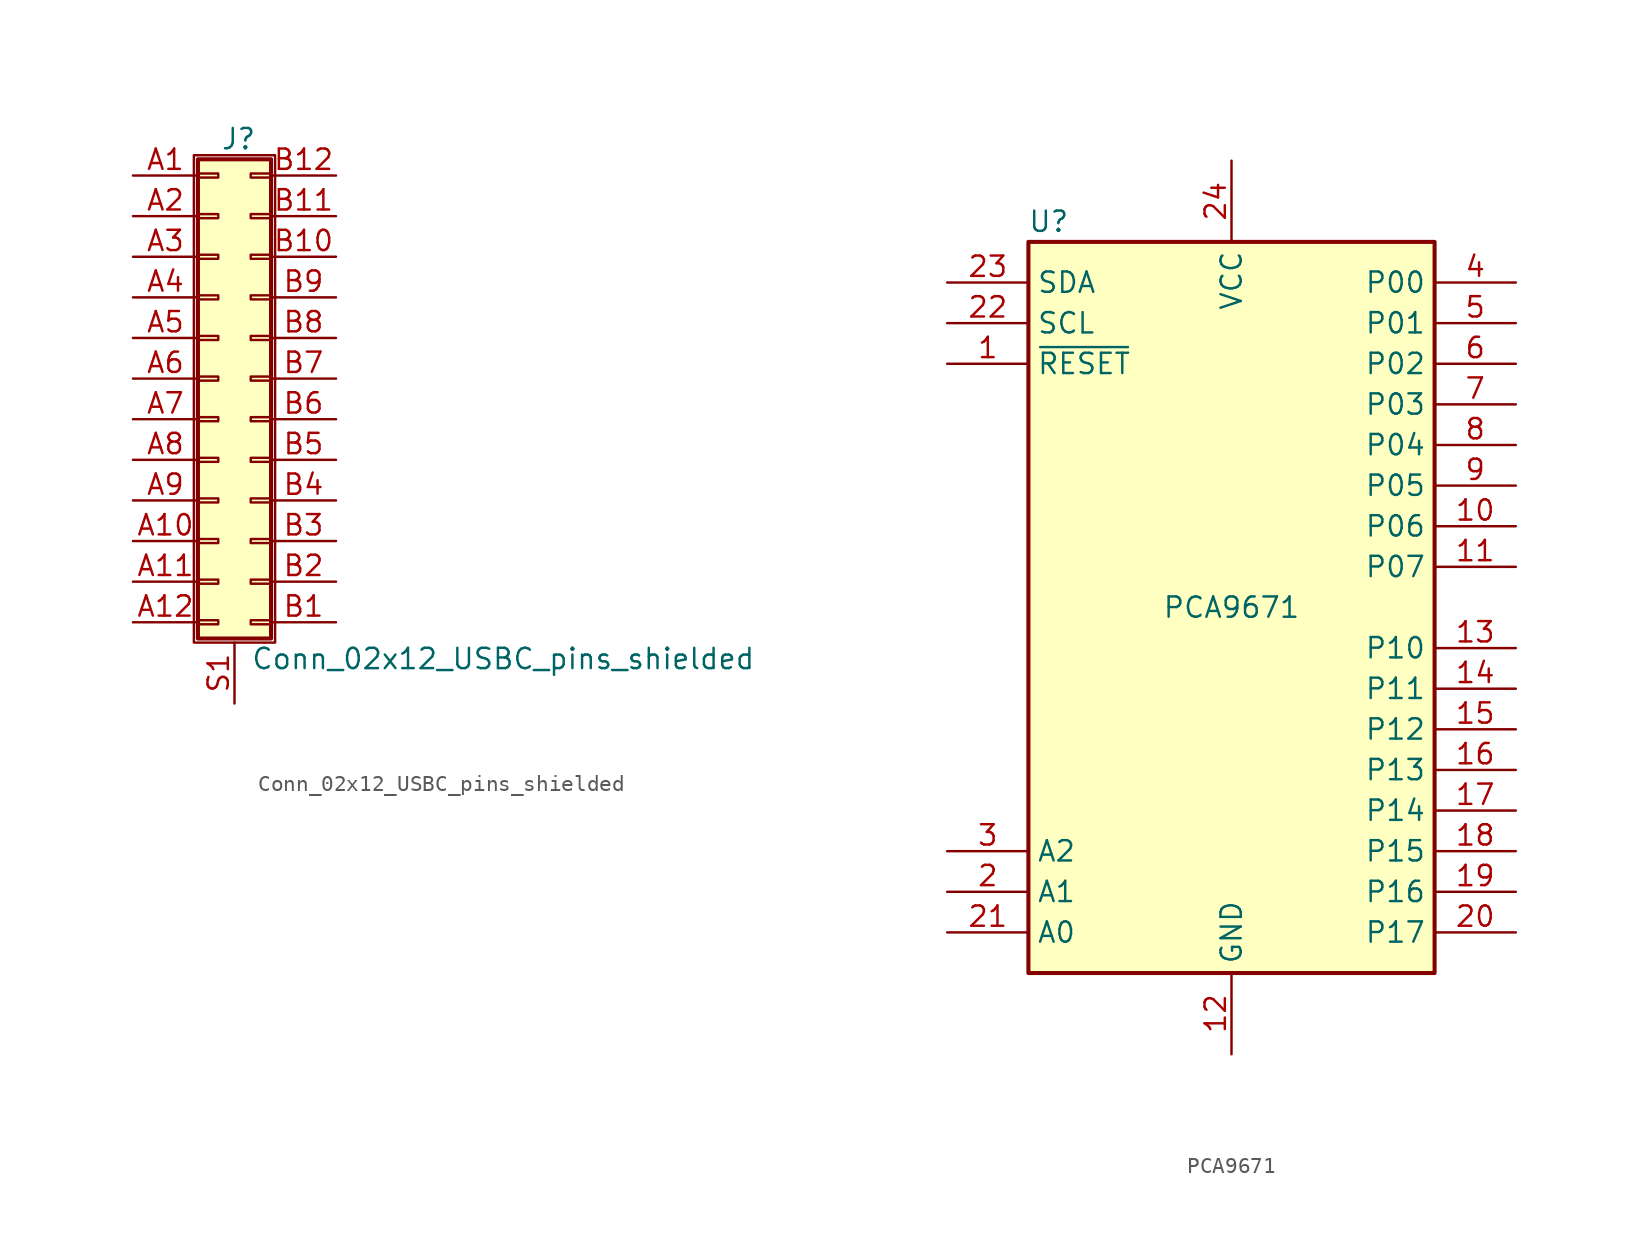
<source format=kicad_sym>
(kicad_symbol_lib
  (version 20201005)
  (generator kicad_symbol_editor)
  (symbol "Conn_02x12_USBC_pins_shielded"
    (pin_names
      (offset 1.016) hide)
    (property "Reference" "J"
      (at 1.524 14.986 0)
      (effects (font (size 1.27 1.27))))
    (property "Value" "Conn_02x12_USBC_pins_shielded"
      (at 2.286 -17.526 0)
      (effects (font (size 1.27 1.27)) (justify left)))
    (symbol "Conn_02x12_USBC_pins_shielded_1_1"
      (rectangle (start -1.27 13.97) (end 3.81 -16.51) (stroke (width 0.152)) (fill (type none)))
      (rectangle (start -1.016 -15.113) (end 0.254 -15.367) (stroke (width 0.152)) (fill (type none)))
      (rectangle (start -1.016 -12.573) (end 0.254 -12.827) (stroke (width 0.152)) (fill (type none)))
      (rectangle (start -1.016 -10.033) (end 0.254 -10.287) (stroke (width 0.152)) (fill (type none)))
      (rectangle (start -1.016 -7.493) (end 0.254 -7.747) (stroke (width 0.152)) (fill (type none)))
      (rectangle (start -1.016 -4.953) (end 0.254 -5.207) (stroke (width 0.152)) (fill (type none)))
      (rectangle (start -1.016 -2.413) (end 0.254 -2.667) (stroke (width 0.152)) (fill (type none)))
      (rectangle (start -1.016 0.127) (end 0.254 -0.127) (stroke (width 0.152)) (fill (type none)))
      (rectangle (start -1.016 2.667) (end 0.254 2.413) (stroke (width 0.152)) (fill (type none)))
      (rectangle (start -1.016 5.207) (end 0.254 4.953) (stroke (width 0.152)) (fill (type none)))
      (rectangle (start -1.016 7.747) (end 0.254 7.493) (stroke (width 0.152)) (fill (type none)))
      (rectangle (start -1.016 10.287) (end 0.254 10.033) (stroke (width 0.152)) (fill (type none)))
      (rectangle (start -1.016 12.827) (end 0.254 12.573) (stroke (width 0.152)) (fill (type none)))
      (rectangle (start -1.016 13.716) (end 3.556 -16.256) (stroke (width 0.254)) (fill (type background)))
      (rectangle (start 3.556 -15.113) (end 2.286 -15.367) (stroke (width 0.152)) (fill (type none)))
      (rectangle (start 3.556 -12.573) (end 2.286 -12.827) (stroke (width 0.152)) (fill (type none)))
      (rectangle (start 3.556 -10.033) (end 2.286 -10.287) (stroke (width 0.152)) (fill (type none)))
      (rectangle (start 3.556 -7.493) (end 2.286 -7.747) (stroke (width 0.152)) (fill (type none)))
      (rectangle (start 3.556 -4.953) (end 2.286 -5.207) (stroke (width 0.152)) (fill (type none)))
      (rectangle (start 3.556 -2.413) (end 2.286 -2.667) (stroke (width 0.152)) (fill (type none)))
      (rectangle (start 3.556 0.127) (end 2.286 -0.127) (stroke (width 0.152)) (fill (type none)))
      (rectangle (start 3.556 2.667) (end 2.286 2.413) (stroke (width 0.152)) (fill (type none)))
      (rectangle (start 3.556 5.207) (end 2.286 4.953) (stroke (width 0.152)) (fill (type none)))
      (rectangle (start 3.556 7.747) (end 2.286 7.493) (stroke (width 0.152)) (fill (type none)))
      (rectangle (start 3.556 10.287) (end 2.286 10.033) (stroke (width 0.152)) (fill (type none)))
      (rectangle (start 3.556 12.827) (end 2.286 12.573) (stroke (width 0.152)) (fill (type none)))
      (pin passive line (at -5.08 12.7 0) (length 4.064) (name "Pin_a1" (effects (font (size 1.27 1.27)))) (number "A1" (effects (font (size 1.27 1.27)))))
      (pin passive line (at -5.08 -10.16 0) (length 4.064) (name "Pin_a10" (effects (font (size 1.27 1.27)))) (number "A10" (effects (font (size 1.27 1.27)))))
      (pin passive line (at -5.08 -12.7 0) (length 4.064) (name "Pin_a11" (effects (font (size 1.27 1.27)))) (number "A11" (effects (font (size 1.27 1.27)))))
      (pin passive line (at -5.08 -15.24 0) (length 4.064) (name "Pin_a12" (effects (font (size 1.27 1.27)))) (number "A12" (effects (font (size 1.27 1.27)))))
      (pin passive line (at -5.08 10.16 0) (length 4.064) (name "Pin_a2" (effects (font (size 1.27 1.27)))) (number "A2" (effects (font (size 1.27 1.27)))))
      (pin passive line (at -5.08 7.62 0) (length 4.064) (name "Pin_a3" (effects (font (size 1.27 1.27)))) (number "A3" (effects (font (size 1.27 1.27)))))
      (pin passive line (at -5.08 5.08 0) (length 4.064) (name "Pin_a4" (effects (font (size 1.27 1.27)))) (number "A4" (effects (font (size 1.27 1.27)))))
      (pin passive line (at -5.08 2.54 0) (length 4.064) (name "Pin_a5" (effects (font (size 1.27 1.27)))) (number "A5" (effects (font (size 1.27 1.27)))))
      (pin passive line (at -5.08 0 0) (length 4.064) (name "Pin_a6" (effects (font (size 1.27 1.27)))) (number "A6" (effects (font (size 1.27 1.27)))))
      (pin passive line (at -5.08 -2.54 0) (length 4.064) (name "Pin_a7" (effects (font (size 1.27 1.27)))) (number "A7" (effects (font (size 1.27 1.27)))))
      (pin passive line (at -5.08 -5.08 0) (length 4.064) (name "Pin_a8" (effects (font (size 1.27 1.27)))) (number "A8" (effects (font (size 1.27 1.27)))))
      (pin passive line (at -5.08 -7.62 0) (length 4.064) (name "Pin_a9" (effects (font (size 1.27 1.27)))) (number "A9" (effects (font (size 1.27 1.27)))))
      (pin passive line (at 7.62 -15.24 180) (length 4.064) (name "Pin_b1" (effects (font (size 1.27 1.27)))) (number "B1" (effects (font (size 1.27 1.27)))))
      (pin passive line (at 7.62 7.62 180) (length 4.064) (name "Pin_b10" (effects (font (size 1.27 1.27)))) (number "B10" (effects (font (size 1.27 1.27)))))
      (pin passive line (at 7.62 10.16 180) (length 4.064) (name "Pin_b11" (effects (font (size 1.27 1.27)))) (number "B11" (effects (font (size 1.27 1.27)))))
      (pin passive line (at 7.62 12.7 180) (length 4.064) (name "Pin_b12" (effects (font (size 1.27 1.27)))) (number "B12" (effects (font (size 1.27 1.27)))))
      (pin passive line (at 7.62 -12.7 180) (length 4.064) (name "Pin_b2" (effects (font (size 1.27 1.27)))) (number "B2" (effects (font (size 1.27 1.27)))))
      (pin passive line (at 7.62 -10.16 180) (length 4.064) (name "Pin_b3" (effects (font (size 1.27 1.27)))) (number "B3" (effects (font (size 1.27 1.27)))))
      (pin passive line (at 7.62 -7.62 180) (length 4.064) (name "Pin_b4" (effects (font (size 1.27 1.27)))) (number "B4" (effects (font (size 1.27 1.27)))))
      (pin passive line (at 7.62 -5.08 180) (length 4.064) (name "Pin_b5" (effects (font (size 1.27 1.27)))) (number "B5" (effects (font (size 1.27 1.27)))))
      (pin passive line (at 7.62 -2.54 180) (length 4.064) (name "Pin_b6" (effects (font (size 1.27 1.27)))) (number "B6" (effects (font (size 1.27 1.27)))))
      (pin passive line (at 7.62 0 180) (length 4.064) (name "Pin_b7" (effects (font (size 1.27 1.27)))) (number "B7" (effects (font (size 1.27 1.27)))))
      (pin passive line (at 7.62 2.54 180) (length 4.064) (name "Pin_b8" (effects (font (size 1.27 1.27)))) (number "B8" (effects (font (size 1.27 1.27)))))
      (pin passive line (at 7.62 5.08 180) (length 4.064) (name "Pin_b9" (effects (font (size 1.27 1.27)))) (number "B9" (effects (font (size 1.27 1.27)))))
      (pin passive line (at 1.27 -20.32 90) (length 3.81) (name "Shield" (effects (font (size 1.27 1.27)))) (number "S1" (effects (font (size 1.27 1.27)))))))
  (symbol "PCA9671"
    (property "Reference" "U"
      (at -11.43 24.13 0)
      (effects (font (size 1.27 1.27))))
    (property "Value" "PCA9671"
      (at 0 0 0)
      (effects (font (size 1.27 1.27))))
    (symbol "PCA9671_0_1"
      (rectangle (start -12.7 22.86) (end 12.7 -22.86) (stroke (width 0.254)) (fill (type background))))
    (symbol "PCA9671_1_1"
      (pin input line (at -17.78 15.24 0) (length 5.08) (name "~RESET" (effects (font (size 1.27 1.27)))) (number "1" (effects (font (size 1.27 1.27)))))
      (pin bidirectional line (at 17.78 5.08 180) (length 5.08) (name "P06" (effects (font (size 1.27 1.27)))) (number "10" (effects (font (size 1.27 1.27)))))
      (pin bidirectional line (at 17.78 2.54 180) (length 5.08) (name "P07" (effects (font (size 1.27 1.27)))) (number "11" (effects (font (size 1.27 1.27)))))
      (pin power_in line (at 0 -27.94 90) (length 5.08) (name "GND" (effects (font (size 1.27 1.27)))) (number "12" (effects (font (size 1.27 1.27)))))
      (pin bidirectional line (at 17.78 -2.54 180) (length 5.08) (name "P10" (effects (font (size 1.27 1.27)))) (number "13" (effects (font (size 1.27 1.27)))))
      (pin bidirectional line (at 17.78 -5.08 180) (length 5.08) (name "P11" (effects (font (size 1.27 1.27)))) (number "14" (effects (font (size 1.27 1.27)))))
      (pin bidirectional line (at 17.78 -7.62 180) (length 5.08) (name "P12" (effects (font (size 1.27 1.27)))) (number "15" (effects (font (size 1.27 1.27)))))
      (pin bidirectional line (at 17.78 -10.16 180) (length 5.08) (name "P13" (effects (font (size 1.27 1.27)))) (number "16" (effects (font (size 1.27 1.27)))))
      (pin bidirectional line (at 17.78 -12.7 180) (length 5.08) (name "P14" (effects (font (size 1.27 1.27)))) (number "17" (effects (font (size 1.27 1.27)))))
      (pin bidirectional line (at 17.78 -15.24 180) (length 5.08) (name "P15" (effects (font (size 1.27 1.27)))) (number "18" (effects (font (size 1.27 1.27)))))
      (pin bidirectional line (at 17.78 -17.78 180) (length 5.08) (name "P16" (effects (font (size 1.27 1.27)))) (number "19" (effects (font (size 1.27 1.27)))))
      (pin input line (at -17.78 -17.78 0) (length 5.08) (name "A1" (effects (font (size 1.27 1.27)))) (number "2" (effects (font (size 1.27 1.27)))))
      (pin bidirectional line (at 17.78 -20.32 180) (length 5.08) (name "P17" (effects (font (size 1.27 1.27)))) (number "20" (effects (font (size 1.27 1.27)))))
      (pin input line (at -17.78 -20.32 0) (length 5.08) (name "A0" (effects (font (size 1.27 1.27)))) (number "21" (effects (font (size 1.27 1.27)))))
      (pin input line (at -17.78 17.78 0) (length 5.08) (name "SCL" (effects (font (size 1.27 1.27)))) (number "22" (effects (font (size 1.27 1.27)))))
      (pin bidirectional line (at -17.78 20.32 0) (length 5.08) (name "SDA" (effects (font (size 1.27 1.27)))) (number "23" (effects (font (size 1.27 1.27)))))
      (pin power_in line (at 0 27.94 270) (length 5.08) (name "VCC" (effects (font (size 1.27 1.27)))) (number "24" (effects (font (size 1.27 1.27)))))
      (pin input line (at -17.78 -15.24 0) (length 5.08) (name "A2" (effects (font (size 1.27 1.27)))) (number "3" (effects (font (size 1.27 1.27)))))
      (pin bidirectional line (at 17.78 20.32 180) (length 5.08) (name "P00" (effects (font (size 1.27 1.27)))) (number "4" (effects (font (size 1.27 1.27)))))
      (pin bidirectional line (at 17.78 17.78 180) (length 5.08) (name "P01" (effects (font (size 1.27 1.27)))) (number "5" (effects (font (size 1.27 1.27)))))
      (pin bidirectional line (at 17.78 15.24 180) (length 5.08) (name "P02" (effects (font (size 1.27 1.27)))) (number "6" (effects (font (size 1.27 1.27)))))
      (pin bidirectional line (at 17.78 12.7 180) (length 5.08) (name "P03" (effects (font (size 1.27 1.27)))) (number "7" (effects (font (size 1.27 1.27)))))
      (pin bidirectional line (at 17.78 10.16 180) (length 5.08) (name "P04" (effects (font (size 1.27 1.27)))) (number "8" (effects (font (size 1.27 1.27)))))
      (pin bidirectional line (at 17.78 7.62 180) (length 5.08) (name "P05" (effects (font (size 1.27 1.27)))) (number "9" (effects (font (size 1.27 1.27))))))))
</source>
